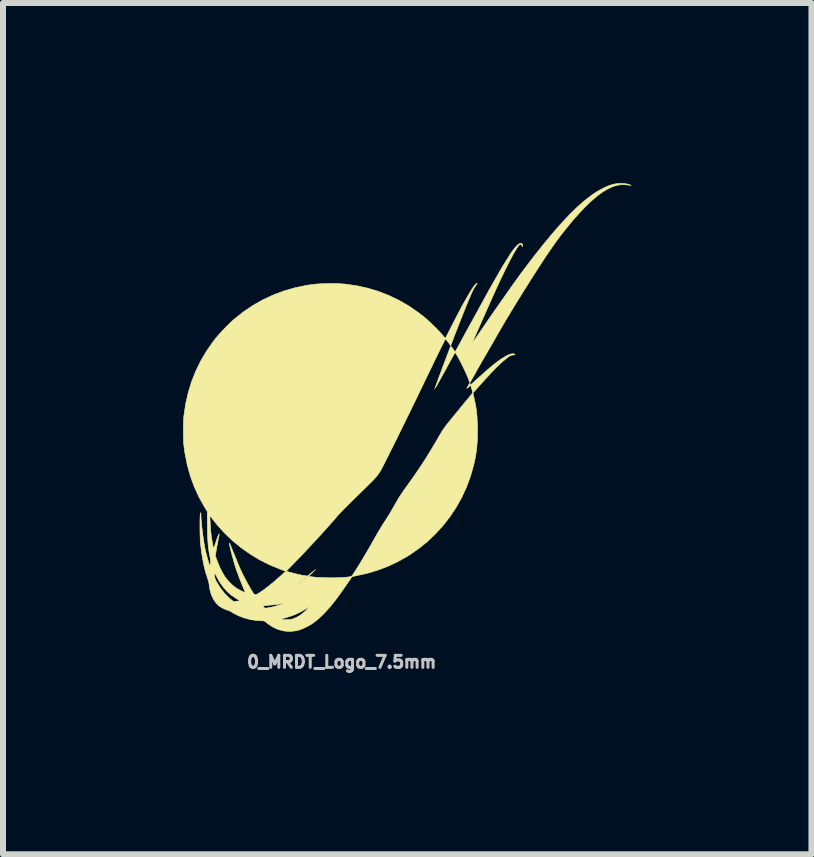
<source format=kicad_pcb>
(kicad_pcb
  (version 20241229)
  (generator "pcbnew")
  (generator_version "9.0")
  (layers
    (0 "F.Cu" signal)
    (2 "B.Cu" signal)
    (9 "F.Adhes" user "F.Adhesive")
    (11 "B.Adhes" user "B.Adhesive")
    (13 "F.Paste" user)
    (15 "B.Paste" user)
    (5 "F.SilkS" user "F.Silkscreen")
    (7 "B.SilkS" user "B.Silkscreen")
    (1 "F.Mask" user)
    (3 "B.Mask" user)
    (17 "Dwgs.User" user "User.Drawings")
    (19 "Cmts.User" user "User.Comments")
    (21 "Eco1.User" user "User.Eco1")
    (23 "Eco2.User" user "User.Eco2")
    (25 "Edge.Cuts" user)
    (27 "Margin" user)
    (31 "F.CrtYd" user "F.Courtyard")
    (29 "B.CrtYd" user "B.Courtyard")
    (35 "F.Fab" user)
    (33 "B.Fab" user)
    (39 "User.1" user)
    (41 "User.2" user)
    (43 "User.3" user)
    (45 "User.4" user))
  (footprint "0_MRDT_Logo_7.5mm"
    (layer "F.Cu")
    (at 3.735 3.738)
    (property "Reference" "0_MRDT_Logo_7.5mm" (at -1.092 4.242 0) (layer "Dwgs.User") (effects (font (size 0.2 0.2) (thickness 0.05))))
    (attr through_hole)
    (fp_poly (pts (xy 0.463 -0.31) (xy 0.459 -0.306) (xy 0.456 -0.31) (xy 0.459 -0.314) (xy 0.463 -0.31)) (stroke (width 0.01) (type solid)) (fill yes) (layer "F.SilkS"))
    (fp_poly (pts (xy 3.612 -3.73) (xy 3.661 -3.723) (xy 3.701 -3.712) (xy 3.707 -3.709) (xy 3.732 -3.698) (xy 3.709 -3.702) (xy 3.631 -3.71) (xy 3.558 -3.71) (xy 3.493 -3.7) (xy 3.491 -3.699) (xy 3.415 -3.674) (xy 3.336 -3.637) (xy 3.254 -3.587) (xy 3.168 -3.525) (xy 3.079 -3.449) (xy 2.985 -3.36) (xy 2.886 -3.258) (xy 2.783 -3.142) (xy 2.731 -3.081) (xy 2.683 -3.023) (xy 2.638 -2.967) (xy 2.594 -2.911) (xy 2.55 -2.855) (xy 2.507 -2.797) (xy 2.462 -2.736) (xy 2.417 -2.671) (xy 2.369 -2.602) (xy 2.318 -2.527) (xy 2.264 -2.445) (xy 2.205 -2.355) (xy 2.142 -2.257) (xy 2.072 -2.148) (xy 1.997 -2.028) (xy 1.933 -1.927) (xy 1.788 -1.693) (xy 1.648 -1.461) (xy 1.516 -1.235) (xy 1.483 -1.177) (xy 1.453 -1.124) (xy 1.418 -1.063) (xy 1.382 -1) (xy 1.346 -0.939) (xy 1.315 -0.885) (xy 1.284 -0.832) (xy 1.249 -0.772) (xy 1.215 -0.712) (xy 1.182 -0.655) (xy 1.155 -0.606) (xy 1.154 -0.605) (xy 1.131 -0.562) (xy 1.108 -0.522) (xy 1.088 -0.487) (xy 1.073 -0.46) (xy 1.063 -0.443) (xy 1.063 -0.442) (xy 1.044 -0.41) (xy 1.015 -0.487) (xy 1 -0.525) (xy 0.981 -0.569) (xy 0.959 -0.616) (xy 0.936 -0.666) (xy 0.911 -0.716) (xy 0.887 -0.763) (xy 0.864 -0.808) (xy 0.843 -0.846) (xy 0.824 -0.877) (xy 0.81 -0.9) (xy 0.801 -0.911) (xy 0.798 -0.911) (xy 0.793 -0.905) (xy 0.783 -0.888) (xy 0.767 -0.862) (xy 0.749 -0.828) (xy 0.732 -0.797) (xy 0.705 -0.747) (xy 0.675 -0.693) (xy 0.645 -0.638) (xy 0.614 -0.582) (xy 0.584 -0.528) (xy 0.556 -0.477) (xy 0.53 -0.431) (xy 0.508 -0.391) (xy 0.49 -0.359) (xy 0.477 -0.337) (xy 0.47 -0.326) (xy 0.469 -0.325) (xy 0.469 -0.328) (xy 0.473 -0.343) (xy 0.48 -0.367) (xy 0.488 -0.388) (xy 0.507 -0.44) (xy 0.527 -0.497) (xy 0.55 -0.557) (xy 0.573 -0.62) (xy 0.596 -0.683) (xy 0.62 -0.745) (xy 0.642 -0.804) (xy 0.663 -0.86) (xy 0.682 -0.909) (xy 0.698 -0.951) (xy 0.711 -0.985) (xy 0.72 -1.007) (xy 0.724 -1.018) (xy 0.724 -1.018) (xy 0.731 -1.015) (xy 0.742 -1.002) (xy 0.758 -0.982) (xy 0.762 -0.975) (xy 0.777 -0.952) (xy 0.79 -0.935) (xy 0.798 -0.927) (xy 0.798 -0.927) (xy 0.803 -0.933) (xy 0.814 -0.951) (xy 0.829 -0.978) (xy 0.848 -1.013) (xy 0.87 -1.053) (xy 0.882 -1.074) (xy 0.908 -1.122) (xy 0.939 -1.18) (xy 0.973 -1.243) (xy 1.009 -1.308) (xy 1.043 -1.37) (xy 1.064 -1.408) (xy 1.094 -1.462) (xy 1.129 -1.526) (xy 1.168 -1.597) (xy 1.208 -1.67) (xy 1.248 -1.742) (xy 1.285 -1.81) (xy 1.298 -1.834) (xy 1.358 -1.944) (xy 1.418 -2.05) (xy 1.476 -2.151) (xy 1.531 -2.247) (xy 1.583 -2.336) (xy 1.632 -2.416) (xy 1.677 -2.488) (xy 1.716 -2.55) (xy 1.75 -2.6) (xy 1.776 -2.635) (xy 1.811 -2.678) (xy 1.843 -2.71) (xy 1.871 -2.728) (xy 1.894 -2.734) (xy 1.911 -2.727) (xy 1.919 -2.715) (xy 1.926 -2.695) (xy 1.927 -2.684) (xy 1.923 -2.682) (xy 1.914 -2.692) (xy 1.912 -2.696) (xy 1.898 -2.713) (xy 1.884 -2.718) (xy 1.884 -2.718) (xy 1.87 -2.709) (xy 1.851 -2.687) (xy 1.826 -2.651) (xy 1.797 -2.603) (xy 1.762 -2.543) (xy 1.724 -2.471) (xy 1.681 -2.388) (xy 1.634 -2.294) (xy 1.583 -2.189) (xy 1.565 -2.152) (xy 1.547 -2.114) (xy 1.526 -2.067) (xy 1.5 -2.012) (xy 1.472 -1.95) (xy 1.442 -1.884) (xy 1.41 -1.813) (xy 1.377 -1.739) (xy 1.343 -1.663) (xy 1.309 -1.587) (xy 1.276 -1.512) (xy 1.243 -1.439) (xy 1.213 -1.369) (xy 1.184 -1.304) (xy 1.157 -1.244) (xy 1.134 -1.191) (xy 1.115 -1.146) (xy 1.1 -1.111) (xy 1.09 -1.086) (xy 1.085 -1.073) (xy 1.085 -1.072) (xy 1.089 -1.077) (xy 1.101 -1.093) (xy 1.119 -1.118) (xy 1.141 -1.151) (xy 1.167 -1.19) (xy 1.188 -1.22) (xy 1.222 -1.27) (xy 1.262 -1.328) (xy 1.307 -1.394) (xy 1.357 -1.466) (xy 1.409 -1.542) (xy 1.464 -1.621) (xy 1.52 -1.701) (xy 1.576 -1.781) (xy 1.631 -1.859) (xy 1.684 -1.935) (xy 1.734 -2.006) (xy 1.78 -2.071) (xy 1.822 -2.128) (xy 1.857 -2.177) (xy 1.885 -2.216) (xy 1.892 -2.226) (xy 2.029 -2.408) (xy 2.159 -2.576) (xy 2.283 -2.731) (xy 2.401 -2.874) (xy 2.514 -3.005) (xy 2.621 -3.123) (xy 2.724 -3.231) (xy 2.822 -3.326) (xy 2.916 -3.411) (xy 3.006 -3.485) (xy 3.091 -3.548) (xy 3.174 -3.602) (xy 3.253 -3.645) (xy 3.253 -3.645) (xy 3.312 -3.674) (xy 3.363 -3.695) (xy 3.408 -3.71) (xy 3.451 -3.721) (xy 3.497 -3.728) (xy 3.505 -3.729) (xy 3.559 -3.733) (xy 3.612 -3.73)) (stroke (width 0.01) (type solid)) (fill yes) (layer "F.SilkS"))
    (fp_poly (pts (xy 1.164 -2.065) (xy 1.16 -2.056) (xy 1.147 -2.037) (xy 1.14 -2.026) (xy 1.126 -2.006) (xy 1.113 -1.984) (xy 1.099 -1.958) (xy 1.084 -1.927) (xy 1.066 -1.888) (xy 1.046 -1.841) (xy 1.021 -1.782) (xy 0.999 -1.729) (xy 0.98 -1.683) (xy 0.957 -1.626) (xy 0.931 -1.56) (xy 0.903 -1.488) (xy 0.872 -1.412) (xy 0.842 -1.334) (xy 0.812 -1.258) (xy 0.784 -1.186) (xy 0.759 -1.119) (xy 0.737 -1.062) (xy 0.732 -1.051) (xy 0.724 -1.029) (xy 0.683 -1.087) (xy 0.664 -1.111) (xy 0.648 -1.128) (xy 0.638 -1.138) (xy 0.635 -1.138) (xy 0.631 -1.13) (xy 0.62 -1.11) (xy 0.605 -1.079) (xy 0.585 -1.038) (xy 0.56 -0.988) (xy 0.532 -0.93) (xy 0.5 -0.865) (xy 0.466 -0.795) (xy 0.43 -0.721) (xy 0.416 -0.691) (xy 0.333 -0.52) (xy 0.256 -0.361) (xy 0.185 -0.214) (xy 0.119 -0.077) (xy 0.057 0.05) (xy -0.000204 0.167) (xy -0.054 0.277) (xy -0.105 0.38) (xy -0.152 0.477) (xy -0.198 0.569) (xy -0.241 0.656) (xy -0.283 0.74) (xy -0.307 0.788) (xy -0.34 0.853) (xy -0.368 0.909) (xy -0.392 0.957) (xy -0.413 0.998) (xy -0.432 1.035) (xy -0.451 1.067) (xy -0.47 1.096) (xy -0.49 1.124) (xy -0.512 1.152) (xy -0.537 1.181) (xy -0.566 1.213) (xy -0.601 1.248) (xy -0.642 1.288) (xy -0.689 1.335) (xy -0.745 1.389) (xy -0.81 1.452) (xy -0.84 1.481) (xy -0.895 1.535) (xy -0.949 1.588) (xy -0.999 1.638) (xy -1.046 1.686) (xy -1.088 1.728) (xy -1.123 1.765) (xy -1.149 1.793) (xy -1.165 1.811) (xy -1.207 1.861) (xy -1.258 1.919) (xy -1.317 1.985) (xy -1.381 2.057) (xy -1.45 2.133) (xy -1.522 2.211) (xy -1.596 2.291) (xy -1.669 2.369) (xy -1.741 2.446) (xy -1.81 2.518) (xy -1.875 2.585) (xy -1.885 2.596) (xy -1.921 2.632) (xy -1.953 2.665) (xy -1.98 2.693) (xy -2 2.714) (xy -2.012 2.727) (xy -2.015 2.731) (xy -2.006 2.734) (xy -1.985 2.74) (xy -1.955 2.748) (xy -1.92 2.757) (xy -1.882 2.767) (xy -1.844 2.776) (xy -1.809 2.785) (xy -1.779 2.791) (xy -1.768 2.794) (xy -1.72 2.803) (xy -1.685 2.808) (xy -1.662 2.808) (xy -1.65 2.805) (xy -1.648 2.803) (xy -1.641 2.796) (xy -1.625 2.782) (xy -1.602 2.763) (xy -1.586 2.75) (xy -1.528 2.703) (xy -1.587 2.759) (xy -1.646 2.814) (xy -1.62 2.819) (xy -1.575 2.825) (xy -1.522 2.831) (xy -1.461 2.835) (xy -1.395 2.838) (xy -1.327 2.839) (xy -1.258 2.84) (xy -1.19 2.839) (xy -1.126 2.837) (xy -1.066 2.834) (xy -1.015 2.83) (xy -0.972 2.825) (xy -0.941 2.819) (xy -0.928 2.814) (xy -0.92 2.805) (xy -0.904 2.785) (xy -0.884 2.754) (xy -0.858 2.714) (xy -0.828 2.666) (xy -0.794 2.612) (xy -0.758 2.553) (xy -0.721 2.49) (xy -0.682 2.425) (xy -0.643 2.359) (xy -0.605 2.293) (xy -0.569 2.228) (xy -0.549 2.193) (xy -0.517 2.137) (xy -0.484 2.079) (xy -0.449 2.021) (xy -0.417 1.968) (xy -0.388 1.922) (xy -0.369 1.894) (xy -0.342 1.852) (xy -0.31 1.801) (xy -0.276 1.745) (xy -0.243 1.688) (xy -0.212 1.634) (xy -0.209 1.629) (xy -0.172 1.563) (xy -0.136 1.503) (xy -0.097 1.443) (xy -0.054 1.38) (xy -0.005 1.312) (xy 0.101 1.164) (xy 0.201 1.018) (xy 0.297 0.871) (xy 0.392 0.718) (xy 0.488 0.556) (xy 0.533 0.478) (xy 0.56 0.432) (xy 0.584 0.392) (xy 0.609 0.356) (xy 0.635 0.319) (xy 0.665 0.279) (xy 0.702 0.234) (xy 0.728 0.202) (xy 0.764 0.158) (xy 0.8 0.114) (xy 0.834 0.073) (xy 0.864 0.037) (xy 0.887 0.008) (xy 0.896 -0.004) (xy 0.92 -0.032) (xy 0.949 -0.068) (xy 0.981 -0.107) (xy 1.012 -0.144) (xy 1.018 -0.15) (xy 1.043 -0.181) (xy 1.065 -0.208) (xy 1.081 -0.23) (xy 1.09 -0.244) (xy 1.091 -0.247) (xy 1.089 -0.258) (xy 1.084 -0.278) (xy 1.077 -0.303) (xy 1.069 -0.329) (xy 1.062 -0.351) (xy 1.057 -0.364) (xy 1.056 -0.366) (xy 1.05 -0.363) (xy 1.036 -0.351) (xy 1.018 -0.336) (xy 1.001 -0.32) (xy 0.993 -0.315) (xy 0.994 -0.321) (xy 0.995 -0.321) (xy 1.005 -0.339) (xy 1.018 -0.363) (xy 1.023 -0.373) (xy 1.033 -0.392) (xy 1.04 -0.4) (xy 1.045 -0.397) (xy 1.049 -0.39) (xy 1.053 -0.384) (xy 1.058 -0.382) (xy 1.066 -0.385) (xy 1.079 -0.394) (xy 1.099 -0.411) (xy 1.127 -0.437) (xy 1.132 -0.442) (xy 1.217 -0.519) (xy 1.292 -0.586) (xy 1.359 -0.644) (xy 1.419 -0.695) (xy 1.474 -0.738) (xy 1.523 -0.775) (xy 1.569 -0.807) (xy 1.573 -0.809) (xy 1.633 -0.847) (xy 1.685 -0.874) (xy 1.728 -0.889) (xy 1.762 -0.894) (xy 1.786 -0.888) (xy 1.789 -0.886) (xy 1.797 -0.879) (xy 1.796 -0.876) (xy 1.783 -0.874) (xy 1.77 -0.874) (xy 1.737 -0.869) (xy 1.704 -0.854) (xy 1.702 -0.853) (xy 1.676 -0.834) (xy 1.642 -0.807) (xy 1.603 -0.775) (xy 1.562 -0.739) (xy 1.522 -0.702) (xy 1.485 -0.666) (xy 1.457 -0.638) (xy 1.434 -0.613) (xy 1.405 -0.582) (xy 1.371 -0.545) (xy 1.334 -0.505) (xy 1.295 -0.463) (xy 1.257 -0.42) (xy 1.22 -0.38) (xy 1.186 -0.342) (xy 1.157 -0.309) (xy 1.133 -0.283) (xy 1.118 -0.265) (xy 1.113 -0.259) (xy 1.096 -0.238) (xy 1.116 -0.147) (xy 1.133 -0.068) (xy 1.146 0.004) (xy 1.156 0.074) (xy 1.163 0.146) (xy 1.167 0.223) (xy 1.17 0.311) (xy 1.171 0.322) (xy 1.172 0.443) (xy 1.168 0.554) (xy 1.161 0.658) (xy 1.148 0.76) (xy 1.13 0.862) (xy 1.106 0.968) (xy 1.054 1.15) (xy 0.989 1.327) (xy 0.91 1.498) (xy 0.819 1.661) (xy 0.716 1.817) (xy 0.601 1.965) (xy 0.475 2.104) (xy 0.339 2.234) (xy 0.193 2.352) (xy 0.037 2.46) (xy -0.008 2.488) (xy -0.163 2.574) (xy -0.325 2.65) (xy -0.492 2.713) (xy -0.661 2.764) (xy -0.83 2.801) (xy -0.848 2.805) (xy -0.887 2.813) (xy -0.913 2.821) (xy -0.925 2.829) (xy -0.932 2.839) (xy -0.945 2.859) (xy -0.965 2.888) (xy -0.99 2.923) (xy -1.018 2.964) (xy -1.04 2.996) (xy -1.122 3.112) (xy -1.199 3.216) (xy -1.272 3.307) (xy -1.342 3.388) (xy -1.409 3.458) (xy -1.475 3.52) (xy -1.541 3.573) (xy -1.59 3.608) (xy -1.634 3.635) (xy -1.684 3.661) (xy -1.736 3.685) (xy -1.785 3.704) (xy -1.823 3.716) (xy -1.884 3.727) (xy -1.951 3.732) (xy -2.016 3.73) (xy -2.063 3.724) (xy -2.152 3.7) (xy -2.237 3.661) (xy -2.318 3.608) (xy -2.346 3.585) (xy -2.367 3.568) (xy -2.385 3.56) (xy -2.405 3.556) (xy -2.419 3.556) (xy -2.519 3.55) (xy -2.621 3.533) (xy -2.645 3.527) (xy -2.093 3.527) (xy -2.083 3.533) (xy -2.073 3.536) (xy -2.059 3.538) (xy -2.034 3.539) (xy -2.004 3.538) (xy -1.995 3.538) (xy -1.951 3.535) (xy -1.915 3.528) (xy -1.884 3.517) (xy -1.834 3.494) (xy -1.789 3.468) (xy -1.745 3.435) (xy -1.698 3.394) (xy -1.681 3.378) (xy -1.657 3.353) (xy -1.639 3.334) (xy -1.628 3.322) (xy -1.627 3.319) (xy -1.629 3.32) (xy -1.706 3.368) (xy -1.773 3.406) (xy -1.829 3.435) (xy -1.832 3.436) (xy -1.872 3.453) (xy -1.918 3.471) (xy -1.966 3.487) (xy -2.011 3.501) (xy -2.049 3.512) (xy -2.069 3.516) (xy -2.089 3.521) (xy -2.093 3.527) (xy -2.645 3.527) (xy -2.721 3.506) (xy -2.815 3.47) (xy -2.9 3.426) (xy -2.922 3.412) (xy -2.948 3.397) (xy -2.973 3.385) (xy -2.988 3.381) (xy -3.008 3.375) (xy -3.035 3.364) (xy -3.065 3.351) (xy -3.069 3.349) (xy -3.129 3.313) (xy -3.129 3.313) (xy -2.402 3.313) (xy -2.399 3.319) (xy -2.392 3.327) (xy -2.39 3.328) (xy -2.381 3.338) (xy -2.372 3.343) (xy -2.36 3.346) (xy -2.342 3.344) (xy -2.315 3.34) (xy -2.277 3.333) (xy -2.274 3.332) (xy -2.243 3.325) (xy -2.208 3.316) (xy -2.172 3.306) (xy -2.136 3.296) (xy -2.104 3.286) (xy -2.078 3.278) (xy -2.061 3.271) (xy -2.056 3.268) (xy -2.056 3.268) (xy -2.065 3.268) (xy -2.084 3.27) (xy -2.11 3.274) (xy -2.122 3.276) (xy -2.154 3.281) (xy -2.197 3.286) (xy -2.242 3.291) (xy -2.286 3.295) (xy -2.332 3.299) (xy -2.365 3.302) (xy -2.386 3.305) (xy -2.398 3.308) (xy -2.402 3.313) (xy -3.129 3.313) (xy -3.181 3.264) (xy -3.224 3.204) (xy -3.259 3.134) (xy -3.284 3.054) (xy -3.299 2.965) (xy -3.299 2.96) (xy -3.304 2.927) (xy -3.314 2.889) (xy -3.325 2.853) (xy -3.326 2.85) (xy -3.355 2.76) (xy -3.359 2.745) (xy -3.213 2.745) (xy -3.21 2.799) (xy -3.207 2.831) (xy -3.2 2.858) (xy -3.188 2.886) (xy -3.179 2.903) (xy -3.115 3.006) (xy -3.046 3.096) (xy -2.971 3.172) (xy -2.94 3.199) (xy -2.895 3.235) (xy -2.846 3.23) (xy -2.821 3.228) (xy -2.802 3.225) (xy -2.795 3.223) (xy -2.793 3.221) (xy -2.794 3.218) (xy -2.801 3.213) (xy -2.816 3.204) (xy -2.84 3.19) (xy -2.846 3.186) (xy -2.928 3.131) (xy -3.001 3.067) (xy -3.067 2.992) (xy -3.128 2.905) (xy -3.176 2.818) (xy -3.213 2.745) (xy -3.359 2.745) (xy -3.382 2.657) (xy -3.405 2.543) (xy -3.426 2.419) (xy -3.441 2.293) (xy -3.445 2.254) (xy -3.448 2.207) (xy -3.45 2.153) (xy -3.452 2.095) (xy -3.453 2.036) (xy -3.453 1.977) (xy -3.453 1.921) (xy -3.452 1.87) (xy -3.451 1.827) (xy -3.449 1.793) (xy -3.446 1.771) (xy -3.445 1.767) (xy -3.441 1.755) (xy -3.439 1.755) (xy -3.438 1.767) (xy -3.437 1.785) (xy -3.435 1.845) (xy -3.429 1.915) (xy -3.422 1.993) (xy -3.412 2.076) (xy -3.401 2.159) (xy -3.389 2.239) (xy -3.377 2.314) (xy -3.364 2.378) (xy -3.358 2.406) (xy -3.346 2.451) (xy -3.334 2.496) (xy -3.322 2.538) (xy -3.311 2.575) (xy -3.301 2.605) (xy -3.293 2.625) (xy -3.288 2.633) (xy -3.287 2.633) (xy -3.28 2.621) (xy -3.277 2.597) (xy -3.277 2.565) (xy -3.28 2.526) (xy -3.287 2.485) (xy -3.287 2.483) (xy -3.298 2.428) (xy -3.307 2.374) (xy -3.314 2.321) (xy -3.319 2.265) (xy -3.323 2.203) (xy -3.326 2.134) (xy -3.328 2.055) (xy -3.329 1.98) (xy -3.33 1.834) (xy -3.287 1.834) (xy -3.286 1.863) (xy -3.284 1.899) (xy -3.282 1.94) (xy -3.28 1.983) (xy -3.277 2.025) (xy -3.274 2.063) (xy -3.271 2.084) (xy -3.267 2.119) (xy -3.262 2.16) (xy -3.255 2.202) (xy -3.249 2.244) (xy -3.242 2.282) (xy -3.236 2.313) (xy -3.231 2.335) (xy -3.228 2.344) (xy -3.224 2.341) (xy -3.217 2.326) (xy -3.207 2.301) (xy -3.196 2.27) (xy -3.194 2.265) (xy -3.178 2.215) (xy -3.163 2.173) (xy -3.15 2.141) (xy -3.14 2.119) (xy -3.134 2.109) (xy -3.132 2.109) (xy -3.133 2.118) (xy -3.136 2.137) (xy -3.141 2.166) (xy -3.148 2.2) (xy -3.149 2.204) (xy -3.158 2.251) (xy -3.168 2.304) (xy -3.178 2.356) (xy -3.182 2.384) (xy -3.197 2.473) (xy -3.174 2.538) (xy -3.155 2.588) (xy -3.132 2.643) (xy -3.106 2.699) (xy -3.079 2.751) (xy -3.054 2.795) (xy -3.04 2.817) (xy -3.004 2.865) (xy -2.961 2.913) (xy -2.915 2.959) (xy -2.87 2.996) (xy -2.864 3) (xy -2.841 3.015) (xy -2.813 3.032) (xy -2.783 3.048) (xy -2.754 3.063) (xy -2.728 3.075) (xy -2.709 3.082) (xy -2.7 3.083) (xy -2.7 3.083) (xy -2.701 3.076) (xy -2.708 3.058) (xy -2.718 3.034) (xy -2.72 3.029) (xy -2.742 2.978) (xy -2.767 2.917) (xy -2.793 2.851) (xy -2.818 2.783) (xy -2.842 2.718) (xy -2.861 2.66) (xy -2.869 2.637) (xy -2.881 2.596) (xy -2.894 2.548) (xy -2.908 2.498) (xy -2.922 2.448) (xy -2.935 2.398) (xy -2.946 2.353) (xy -2.955 2.314) (xy -2.962 2.284) (xy -2.965 2.265) (xy -2.966 2.26) (xy -2.963 2.263) (xy -2.955 2.279) (xy -2.943 2.305) (xy -2.928 2.34) (xy -2.91 2.384) (xy -2.889 2.434) (xy -2.873 2.473) (xy -2.84 2.553) (xy -2.812 2.623) (xy -2.786 2.683) (xy -2.761 2.737) (xy -2.737 2.788) (xy -2.711 2.838) (xy -2.684 2.889) (xy -2.654 2.945) (xy -2.65 2.951) (xy -2.62 3.003) (xy -2.597 3.044) (xy -2.578 3.075) (xy -2.563 3.097) (xy -2.552 3.111) (xy -2.542 3.119) (xy -2.534 3.122) (xy -2.53 3.123) (xy -2.516 3.119) (xy -2.494 3.108) (xy -2.466 3.092) (xy -2.446 3.079) (xy -2.415 3.058) (xy -2.377 3.031) (xy -2.337 3) (xy -2.297 2.969) (xy -2.286 2.96) (xy -2.279 2.955) (xy -1.845 2.955) (xy -1.841 2.958) (xy -1.838 2.955) (xy -1.841 2.951) (xy -1.845 2.955) (xy -2.279 2.955) (xy -2.271 2.948) (xy -1.83 2.948) (xy -1.825 2.947) (xy -1.808 2.936) (xy -1.779 2.916) (xy -1.74 2.886) (xy -1.72 2.87) (xy -1.694 2.85) (xy -1.675 2.834) (xy -1.663 2.823) (xy -1.661 2.819) (xy -1.668 2.822) (xy -1.683 2.833) (xy -1.705 2.849) (xy -1.731 2.868) (xy -1.759 2.889) (xy -1.785 2.909) (xy -1.807 2.927) (xy -1.823 2.941) (xy -1.83 2.948) (xy -1.83 2.948) (xy -2.271 2.948) (xy -2.254 2.934) (xy -2.218 2.905) (xy -2.182 2.873) (xy -2.145 2.841) (xy -2.111 2.811) (xy -2.08 2.783) (xy -2.055 2.76) (xy -2.036 2.742) (xy -2.027 2.732) (xy -2.026 2.73) (xy -2.033 2.727) (xy -2.052 2.72) (xy -2.079 2.709) (xy -2.112 2.697) (xy -2.114 2.697) (xy -2.288 2.625) (xy -2.456 2.541) (xy -2.617 2.444) (xy -2.77 2.336) (xy -2.914 2.218) (xy -3.047 2.09) (xy -3.17 1.953) (xy -3.238 1.866) (xy -3.257 1.841) (xy -3.273 1.822) (xy -3.283 1.81) (xy -3.285 1.808) (xy -3.287 1.815) (xy -3.287 1.834) (xy -3.33 1.834) (xy -3.33 1.737) (xy -3.38 1.655) (xy -3.472 1.49) (xy -3.549 1.32) (xy -3.614 1.142) (xy -3.665 0.958) (xy -3.703 0.767) (xy -3.721 0.635) (xy -3.725 0.593) (xy -3.727 0.54) (xy -3.729 0.479) (xy -3.73 0.413) (xy -3.73 0.346) (xy -3.729 0.281) (xy -3.727 0.222) (xy -3.724 0.171) (xy -3.721 0.142) (xy -3.692 -0.054) (xy -3.649 -0.244) (xy -3.593 -0.427) (xy -3.523 -0.604) (xy -3.44 -0.774) (xy -3.343 -0.938) (xy -3.233 -1.096) (xy -3.191 -1.15) (xy -3.153 -1.196) (xy -3.106 -1.247) (xy -3.055 -1.302) (xy -3.001 -1.357) (xy -2.949 -1.408) (xy -2.901 -1.453) (xy -2.88 -1.471) (xy -2.73 -1.591) (xy -2.572 -1.697) (xy -2.407 -1.791) (xy -2.235 -1.871) (xy -2.057 -1.939) (xy -1.874 -1.992) (xy -1.686 -2.032) (xy -1.55 -2.051) (xy -1.495 -2.056) (xy -1.428 -2.06) (xy -1.355 -2.062) (xy -1.279 -2.063) (xy -1.204 -2.063) (xy -1.134 -2.061) (xy -1.073 -2.057) (xy -1.042 -2.055) (xy -0.849 -2.028) (xy -0.661 -1.987) (xy -0.48 -1.933) (xy -0.304 -1.864) (xy -0.133 -1.782) (xy 0.032 -1.686) (xy 0.191 -1.576) (xy 0.276 -1.51) (xy 0.309 -1.483) (xy 0.348 -1.448) (xy 0.391 -1.407) (xy 0.435 -1.364) (xy 0.48 -1.321) (xy 0.521 -1.278) (xy 0.557 -1.24) (xy 0.586 -1.208) (xy 0.601 -1.19) (xy 0.617 -1.17) (xy 0.629 -1.156) (xy 0.635 -1.151) (xy 0.639 -1.157) (xy 0.649 -1.175) (xy 0.664 -1.204) (xy 0.683 -1.241) (xy 0.706 -1.285) (xy 0.731 -1.335) (xy 0.749 -1.369) (xy 0.802 -1.474) (xy 0.854 -1.574) (xy 0.903 -1.666) (xy 0.949 -1.75) (xy 0.992 -1.826) (xy 1.031 -1.893) (xy 1.065 -1.949) (xy 1.095 -1.995) (xy 1.12 -2.029) (xy 1.139 -2.051) (xy 1.146 -2.057) (xy 1.159 -2.065) (xy 1.164 -2.065)) (stroke (width 0.01) (type solid)) (fill yes) (layer "F.SilkS")))
  (gr_rect
    (start -3 -3)
    (end 10.471 11.184)
    (stroke (width 0.1) (type default))
    (fill no)
    (layer "Edge.Cuts")))
</source>
